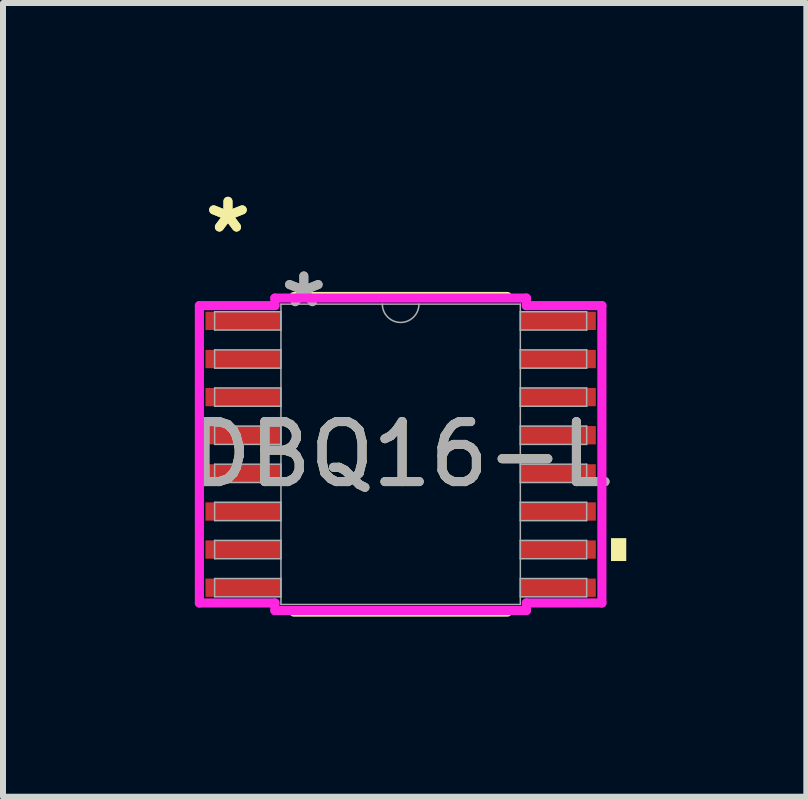
<source format=kicad_pcb>
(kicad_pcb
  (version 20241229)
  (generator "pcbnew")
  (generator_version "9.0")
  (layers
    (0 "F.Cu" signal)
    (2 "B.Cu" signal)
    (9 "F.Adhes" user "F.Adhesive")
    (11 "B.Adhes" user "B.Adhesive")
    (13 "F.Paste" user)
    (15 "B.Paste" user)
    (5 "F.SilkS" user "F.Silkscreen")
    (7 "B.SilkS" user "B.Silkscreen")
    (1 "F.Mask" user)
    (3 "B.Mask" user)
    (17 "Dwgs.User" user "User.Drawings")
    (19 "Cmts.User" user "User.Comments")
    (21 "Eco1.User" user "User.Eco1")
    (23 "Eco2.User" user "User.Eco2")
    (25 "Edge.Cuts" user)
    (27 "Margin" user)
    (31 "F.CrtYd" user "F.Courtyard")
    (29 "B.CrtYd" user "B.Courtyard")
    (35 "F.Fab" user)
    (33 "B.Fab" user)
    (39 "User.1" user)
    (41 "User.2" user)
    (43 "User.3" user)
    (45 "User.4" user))
  (footprint "DBQ16-L"
    (layer "F.Cu")
    (at 3.625 4.519)
    (property "Reference" "DBQ16-L" (at 0 0 0) (unlocked yes) (layer "F.SilkS") (effects (font (size 1 1) (thickness 0.15))))
    (attr smd)
    (fp_line (start -1.779 2.629) (end 1.779 2.629) (stroke (width 0.152) (type solid)) (layer "F.SilkS"))
    (fp_line (start 1.779 -2.629) (end -1.779 -2.629) (stroke (width 0.152) (type solid)) (layer "F.SilkS"))
    (fp_poly (pts (xy 3.759 1.397) (xy 3.759 1.778) (xy 3.505 1.778) (xy 3.505 1.397)) (stroke (width 0) (type solid)) (fill yes) (layer "F.SilkS"))
    (fp_line (start -3.353 -2.477) (end -2.095 -2.477) (stroke (width 0.152) (type solid)) (layer "F.CrtYd"))
    (fp_line (start -3.353 2.477) (end -3.353 -2.477) (stroke (width 0.152) (type solid)) (layer "F.CrtYd"))
    (fp_line (start -3.353 2.477) (end -2.095 2.477) (stroke (width 0.152) (type solid)) (layer "F.CrtYd"))
    (fp_line (start -2.095 -2.603) (end 2.095 -2.603) (stroke (width 0.152) (type solid)) (layer "F.CrtYd"))
    (fp_line (start -2.095 -2.477) (end -2.095 -2.603) (stroke (width 0.152) (type solid)) (layer "F.CrtYd"))
    (fp_line (start -2.095 2.603) (end -2.095 2.477) (stroke (width 0.152) (type solid)) (layer "F.CrtYd"))
    (fp_line (start 2.095 -2.603) (end 2.095 -2.477) (stroke (width 0.152) (type solid)) (layer "F.CrtYd"))
    (fp_line (start 2.095 2.477) (end 2.095 2.603) (stroke (width 0.152) (type solid)) (layer "F.CrtYd"))
    (fp_line (start 2.095 2.603) (end -2.095 2.603) (stroke (width 0.152) (type solid)) (layer "F.CrtYd"))
    (fp_line (start 3.353 -2.477) (end 2.095 -2.477) (stroke (width 0.152) (type solid)) (layer "F.CrtYd"))
    (fp_line (start 3.353 -2.477) (end 3.353 2.477) (stroke (width 0.152) (type solid)) (layer "F.CrtYd"))
    (fp_line (start 3.353 2.477) (end 2.095 2.477) (stroke (width 0.152) (type solid)) (layer "F.CrtYd"))
    (fp_line (start -3.099 -2.375) (end -3.099 -2.07) (stroke (width 0.025) (type solid)) (layer "F.Fab"))
    (fp_line (start -3.099 -2.07) (end -1.994 -2.07) (stroke (width 0.025) (type solid)) (layer "F.Fab"))
    (fp_line (start -3.099 -1.74) (end -3.099 -1.435) (stroke (width 0.025) (type solid)) (layer "F.Fab"))
    (fp_line (start -3.099 -1.435) (end -1.994 -1.435) (stroke (width 0.025) (type solid)) (layer "F.Fab"))
    (fp_line (start -3.099 -1.105) (end -3.099 -0.8) (stroke (width 0.025) (type solid)) (layer "F.Fab"))
    (fp_line (start -3.099 -0.8) (end -1.994 -0.8) (stroke (width 0.025) (type solid)) (layer "F.Fab"))
    (fp_line (start -3.099 -0.47) (end -3.099 -0.165) (stroke (width 0.025) (type solid)) (layer "F.Fab"))
    (fp_line (start -3.099 -0.165) (end -1.994 -0.165) (stroke (width 0.025) (type solid)) (layer "F.Fab"))
    (fp_line (start -3.099 0.165) (end -3.099 0.47) (stroke (width 0.025) (type solid)) (layer "F.Fab"))
    (fp_line (start -3.099 0.47) (end -1.994 0.47) (stroke (width 0.025) (type solid)) (layer "F.Fab"))
    (fp_line (start -3.099 0.8) (end -3.099 1.105) (stroke (width 0.025) (type solid)) (layer "F.Fab"))
    (fp_line (start -3.099 1.105) (end -1.994 1.105) (stroke (width 0.025) (type solid)) (layer "F.Fab"))
    (fp_line (start -3.099 1.435) (end -3.099 1.74) (stroke (width 0.025) (type solid)) (layer "F.Fab"))
    (fp_line (start -3.099 1.74) (end -1.994 1.74) (stroke (width 0.025) (type solid)) (layer "F.Fab"))
    (fp_line (start -3.099 2.07) (end -3.099 2.375) (stroke (width 0.025) (type solid)) (layer "F.Fab"))
    (fp_line (start -3.099 2.375) (end -1.994 2.375) (stroke (width 0.025) (type solid)) (layer "F.Fab"))
    (fp_line (start -1.994 -2.502) (end -1.994 2.502) (stroke (width 0.025) (type solid)) (layer "F.Fab"))
    (fp_line (start -1.994 -2.375) (end -3.099 -2.375) (stroke (width 0.025) (type solid)) (layer "F.Fab"))
    (fp_line (start -1.994 -2.07) (end -1.994 -2.375) (stroke (width 0.025) (type solid)) (layer "F.Fab"))
    (fp_line (start -1.994 -1.74) (end -3.099 -1.74) (stroke (width 0.025) (type solid)) (layer "F.Fab"))
    (fp_line (start -1.994 -1.435) (end -1.994 -1.74) (stroke (width 0.025) (type solid)) (layer "F.Fab"))
    (fp_line (start -1.994 -1.105) (end -3.099 -1.105) (stroke (width 0.025) (type solid)) (layer "F.Fab"))
    (fp_line (start -1.994 -0.8) (end -1.994 -1.105) (stroke (width 0.025) (type solid)) (layer "F.Fab"))
    (fp_line (start -1.994 -0.47) (end -3.099 -0.47) (stroke (width 0.025) (type solid)) (layer "F.Fab"))
    (fp_line (start -1.994 -0.165) (end -1.994 -0.47) (stroke (width 0.025) (type solid)) (layer "F.Fab"))
    (fp_line (start -1.994 0.165) (end -3.099 0.165) (stroke (width 0.025) (type solid)) (layer "F.Fab"))
    (fp_line (start -1.994 0.47) (end -1.994 0.165) (stroke (width 0.025) (type solid)) (layer "F.Fab"))
    (fp_line (start -1.994 0.8) (end -3.099 0.8) (stroke (width 0.025) (type solid)) (layer "F.Fab"))
    (fp_line (start -1.994 1.105) (end -1.994 0.8) (stroke (width 0.025) (type solid)) (layer "F.Fab"))
    (fp_line (start -1.994 1.435) (end -3.099 1.435) (stroke (width 0.025) (type solid)) (layer "F.Fab"))
    (fp_line (start -1.994 1.74) (end -1.994 1.435) (stroke (width 0.025) (type solid)) (layer "F.Fab"))
    (fp_line (start -1.994 2.07) (end -3.099 2.07) (stroke (width 0.025) (type solid)) (layer "F.Fab"))
    (fp_line (start -1.994 2.375) (end -1.994 2.07) (stroke (width 0.025) (type solid)) (layer "F.Fab"))
    (fp_line (start -1.994 2.502) (end 1.994 2.502) (stroke (width 0.025) (type solid)) (layer "F.Fab"))
    (fp_line (start 1.994 -2.502) (end -1.994 -2.502) (stroke (width 0.025) (type solid)) (layer "F.Fab"))
    (fp_line (start 1.994 -2.375) (end 1.994 -2.07) (stroke (width 0.025) (type solid)) (layer "F.Fab"))
    (fp_line (start 1.994 -2.07) (end 3.099 -2.07) (stroke (width 0.025) (type solid)) (layer "F.Fab"))
    (fp_line (start 1.994 -1.74) (end 1.994 -1.435) (stroke (width 0.025) (type solid)) (layer "F.Fab"))
    (fp_line (start 1.994 -1.435) (end 3.099 -1.435) (stroke (width 0.025) (type solid)) (layer "F.Fab"))
    (fp_line (start 1.994 -1.105) (end 1.994 -0.8) (stroke (width 0.025) (type solid)) (layer "F.Fab"))
    (fp_line (start 1.994 -0.8) (end 3.099 -0.8) (stroke (width 0.025) (type solid)) (layer "F.Fab"))
    (fp_line (start 1.994 -0.47) (end 1.994 -0.165) (stroke (width 0.025) (type solid)) (layer "F.Fab"))
    (fp_line (start 1.994 -0.165) (end 3.099 -0.165) (stroke (width 0.025) (type solid)) (layer "F.Fab"))
    (fp_line (start 1.994 0.165) (end 1.994 0.47) (stroke (width 0.025) (type solid)) (layer "F.Fab"))
    (fp_line (start 1.994 0.47) (end 3.099 0.47) (stroke (width 0.025) (type solid)) (layer "F.Fab"))
    (fp_line (start 1.994 0.8) (end 1.994 1.105) (stroke (width 0.025) (type solid)) (layer "F.Fab"))
    (fp_line (start 1.994 1.105) (end 3.099 1.105) (stroke (width 0.025) (type solid)) (layer "F.Fab"))
    (fp_line (start 1.994 1.435) (end 1.994 1.74) (stroke (width 0.025) (type solid)) (layer "F.Fab"))
    (fp_line (start 1.994 1.74) (end 3.099 1.74) (stroke (width 0.025) (type solid)) (layer "F.Fab"))
    (fp_line (start 1.994 2.07) (end 1.994 2.375) (stroke (width 0.025) (type solid)) (layer "F.Fab"))
    (fp_line (start 1.994 2.375) (end 3.099 2.375) (stroke (width 0.025) (type solid)) (layer "F.Fab"))
    (fp_line (start 1.994 2.502) (end 1.994 -2.502) (stroke (width 0.025) (type solid)) (layer "F.Fab"))
    (fp_line (start 3.099 -2.375) (end 1.994 -2.375) (stroke (width 0.025) (type solid)) (layer "F.Fab"))
    (fp_line (start 3.099 -2.07) (end 3.099 -2.375) (stroke (width 0.025) (type solid)) (layer "F.Fab"))
    (fp_line (start 3.099 -1.74) (end 1.994 -1.74) (stroke (width 0.025) (type solid)) (layer "F.Fab"))
    (fp_line (start 3.099 -1.435) (end 3.099 -1.74) (stroke (width 0.025) (type solid)) (layer "F.Fab"))
    (fp_line (start 3.099 -1.105) (end 1.994 -1.105) (stroke (width 0.025) (type solid)) (layer "F.Fab"))
    (fp_line (start 3.099 -0.8) (end 3.099 -1.105) (stroke (width 0.025) (type solid)) (layer "F.Fab"))
    (fp_line (start 3.099 -0.47) (end 1.994 -0.47) (stroke (width 0.025) (type solid)) (layer "F.Fab"))
    (fp_line (start 3.099 -0.165) (end 3.099 -0.47) (stroke (width 0.025) (type solid)) (layer "F.Fab"))
    (fp_line (start 3.099 0.165) (end 1.994 0.165) (stroke (width 0.025) (type solid)) (layer "F.Fab"))
    (fp_line (start 3.099 0.47) (end 3.099 0.165) (stroke (width 0.025) (type solid)) (layer "F.Fab"))
    (fp_line (start 3.099 0.8) (end 1.994 0.8) (stroke (width 0.025) (type solid)) (layer "F.Fab"))
    (fp_line (start 3.099 1.105) (end 3.099 0.8) (stroke (width 0.025) (type solid)) (layer "F.Fab"))
    (fp_line (start 3.099 1.435) (end 1.994 1.435) (stroke (width 0.025) (type solid)) (layer "F.Fab"))
    (fp_line (start 3.099 1.74) (end 3.099 1.435) (stroke (width 0.025) (type solid)) (layer "F.Fab"))
    (fp_line (start 3.099 2.07) (end 1.994 2.07) (stroke (width 0.025) (type solid)) (layer "F.Fab"))
    (fp_line (start 3.099 2.375) (end 3.099 2.07) (stroke (width 0.025) (type solid)) (layer "F.Fab"))
    (fp_arc (start 0.3048 -2.5019) (mid 0 -2.1971) (end -0.3048 -2.5019) (stroke (width 0.0254) (type solid)) (layer "F.Fab"))
    (fp_text user "*" (at -2.877 -3.67 0) (unlocked yes) (layer "F.SilkS") (effects (font (size 1 1) (thickness 0.15))))
    (fp_text user "*" (at -2.877 -3.67 0) (layer "F.SilkS") (effects (font (size 1 1) (thickness 0.15))))
    (fp_text user "${REFERENCE}" (at 0 0 0) (unlocked yes) (layer "F.Fab") (effects (font (size 1 1) (thickness 0.15))))
    (fp_text user "*" (at -1.613 -2.426 0) (unlocked yes) (layer "F.Fab") (effects (font (size 1 1) (thickness 0.15))))
    (fp_text user "*" (at -1.613 -2.426 0) (layer "F.Fab") (effects (font (size 1 1) (thickness 0.15))))
    (pad "1" smd rect (at -2.623 -2.223) (size 1.257 0.305) (layers "F.Cu" "F.Mask" "F.Paste"))
    (pad "2" smd rect (at -2.623 -1.587) (size 1.257 0.305) (layers "F.Cu" "F.Mask" "F.Paste"))
    (pad "3" smd rect (at -2.623 -0.953) (size 1.257 0.305) (layers "F.Cu" "F.Mask" "F.Paste"))
    (pad "4" smd rect (at -2.623 -0.318) (size 1.257 0.305) (layers "F.Cu" "F.Mask" "F.Paste"))
    (pad "5" smd rect (at -2.623 0.318) (size 1.257 0.305) (layers "F.Cu" "F.Mask" "F.Paste"))
    (pad "6" smd rect (at -2.623 0.953) (size 1.257 0.305) (layers "F.Cu" "F.Mask" "F.Paste"))
    (pad "7" smd rect (at -2.623 1.587) (size 1.257 0.305) (layers "F.Cu" "F.Mask" "F.Paste"))
    (pad "8" smd rect (at -2.623 2.223) (size 1.257 0.305) (layers "F.Cu" "F.Mask" "F.Paste"))
    (pad "9" smd rect (at 2.623 2.223) (size 1.257 0.305) (layers "F.Cu" "F.Mask" "F.Paste"))
    (pad "10" smd rect (at 2.623 1.587) (size 1.257 0.305) (layers "F.Cu" "F.Mask" "F.Paste"))
    (pad "11" smd rect (at 2.623 0.953) (size 1.257 0.305) (layers "F.Cu" "F.Mask" "F.Paste"))
    (pad "12" smd rect (at 2.623 0.318) (size 1.257 0.305) (layers "F.Cu" "F.Mask" "F.Paste"))
    (pad "13" smd rect (at 2.623 -0.318) (size 1.257 0.305) (layers "F.Cu" "F.Mask" "F.Paste"))
    (pad "14" smd rect (at 2.623 -0.953) (size 1.257 0.305) (layers "F.Cu" "F.Mask" "F.Paste"))
    (pad "15" smd rect (at 2.623 -1.587) (size 1.257 0.305) (layers "F.Cu" "F.Mask" "F.Paste"))
    (pad "16" smd rect (at 2.623 -2.223) (size 1.257 0.305) (layers "F.Cu" "F.Mask" "F.Paste")))
  (gr_rect
    (start -3 -3)
    (end 10.384 10.224)
    (stroke (width 0.1) (type default))
    (fill no)
    (layer "Edge.Cuts")))
</source>
